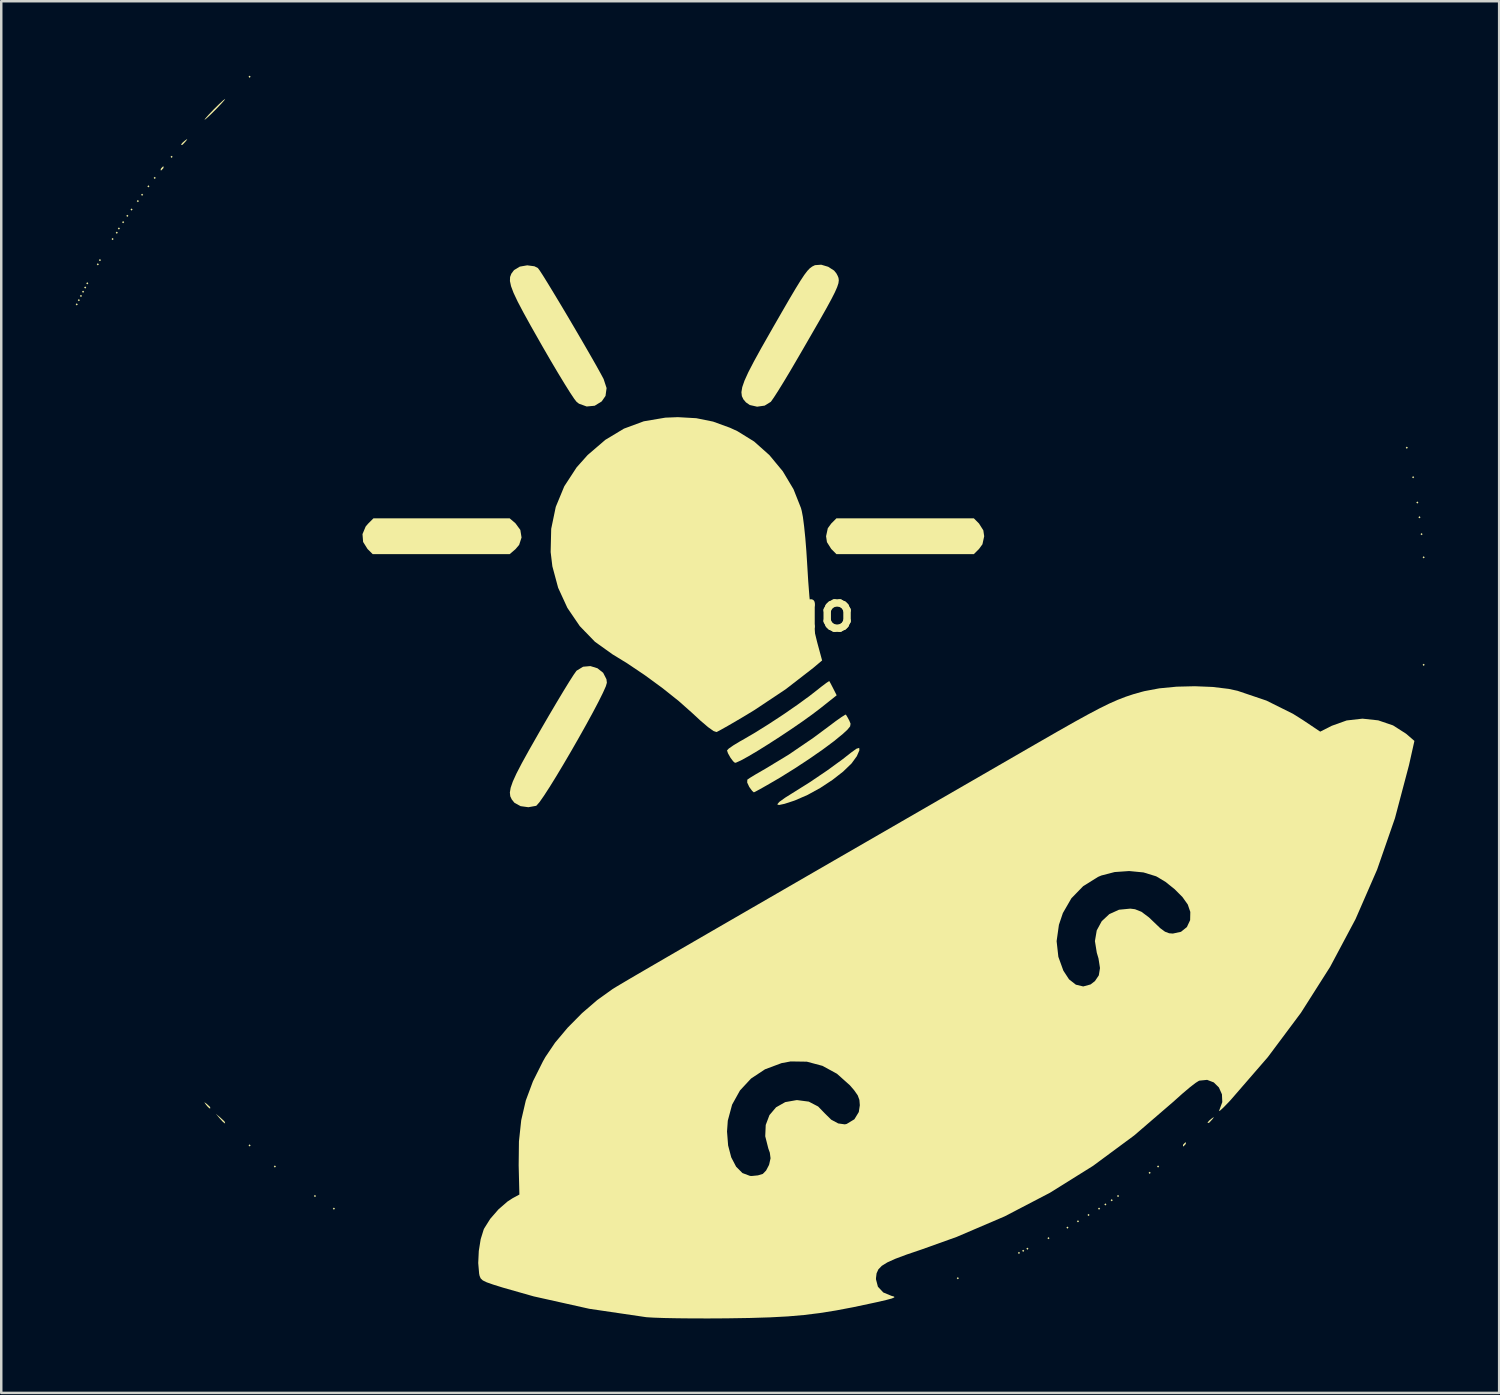
<source format=kicad_pcb>
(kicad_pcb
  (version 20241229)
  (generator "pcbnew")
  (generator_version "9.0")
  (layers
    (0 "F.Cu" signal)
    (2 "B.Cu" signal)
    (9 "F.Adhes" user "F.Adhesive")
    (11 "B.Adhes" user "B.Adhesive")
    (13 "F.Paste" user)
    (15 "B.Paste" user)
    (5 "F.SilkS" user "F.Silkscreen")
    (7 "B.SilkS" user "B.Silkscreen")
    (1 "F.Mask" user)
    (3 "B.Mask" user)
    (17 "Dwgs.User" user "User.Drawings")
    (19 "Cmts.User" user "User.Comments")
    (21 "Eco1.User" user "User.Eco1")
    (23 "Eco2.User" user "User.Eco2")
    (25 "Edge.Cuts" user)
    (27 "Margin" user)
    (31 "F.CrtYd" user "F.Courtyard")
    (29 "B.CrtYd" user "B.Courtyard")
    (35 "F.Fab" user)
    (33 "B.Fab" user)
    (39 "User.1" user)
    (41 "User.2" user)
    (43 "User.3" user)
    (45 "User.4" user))
  (footprint "RSA-logo"
    (layer "F.Cu")
    (at 25.825 21.577)
    (property "Reference" "RSA-logo" (at 0 0 0) (layer "F.SilkS") (effects (font (size 1.524 1.524) (thickness 0.3))))
    (attr board_only exclude_from_pos_files exclude_from_bom)
    (fp_poly (pts (xy -25.74 -12.36) (xy -25.782 -12.318) (xy -25.825 -12.36) (xy -25.782 -12.403)) (stroke (width 0) (type solid)) (fill yes) (layer "F.SilkS"))
    (fp_poly (pts (xy -25.655 -12.53) (xy -25.697 -12.488) (xy -25.74 -12.53) (xy -25.697 -12.573)) (stroke (width 0) (type solid)) (fill yes) (layer "F.SilkS"))
    (fp_poly (pts (xy -25.57 -12.7) (xy -25.612 -12.658) (xy -25.655 -12.7) (xy -25.612 -12.742)) (stroke (width 0) (type solid)) (fill yes) (layer "F.SilkS"))
    (fp_poly (pts (xy -25.485 -12.87) (xy -25.527 -12.827) (xy -25.57 -12.87) (xy -25.527 -12.912)) (stroke (width 0) (type solid)) (fill yes) (layer "F.SilkS"))
    (fp_poly (pts (xy -25.4 -13.04) (xy -25.442 -12.997) (xy -25.485 -13.04) (xy -25.442 -13.082)) (stroke (width 0) (type solid)) (fill yes) (layer "F.SilkS"))
    (fp_poly (pts (xy -25.315 -13.21) (xy -25.358 -13.167) (xy -25.4 -13.21) (xy -25.358 -13.252)) (stroke (width 0) (type solid)) (fill yes) (layer "F.SilkS"))
    (fp_poly (pts (xy -24.89 -13.974) (xy -24.933 -13.932) (xy -24.975 -13.974) (xy -24.933 -14.017)) (stroke (width 0) (type solid)) (fill yes) (layer "F.SilkS"))
    (fp_poly (pts (xy -24.805 -14.144) (xy -24.848 -14.102) (xy -24.89 -14.144) (xy -24.848 -14.187)) (stroke (width 0) (type solid)) (fill yes) (layer "F.SilkS"))
    (fp_poly (pts (xy -24.296 -14.994) (xy -24.338 -14.951) (xy -24.381 -14.994) (xy -24.338 -15.036)) (stroke (width 0) (type solid)) (fill yes) (layer "F.SilkS"))
    (fp_poly (pts (xy -24.126 -15.248) (xy -24.168 -15.206) (xy -24.211 -15.248) (xy -24.168 -15.291)) (stroke (width 0) (type solid)) (fill yes) (layer "F.SilkS"))
    (fp_poly (pts (xy -24.041 -15.418) (xy -24.083 -15.376) (xy -24.126 -15.418) (xy -24.083 -15.461)) (stroke (width 0) (type solid)) (fill yes) (layer "F.SilkS"))
    (fp_poly (pts (xy -23.871 -15.673) (xy -23.913 -15.631) (xy -23.956 -15.673) (xy -23.913 -15.716)) (stroke (width 0) (type solid)) (fill yes) (layer "F.SilkS"))
    (fp_poly (pts (xy -23.701 -15.928) (xy -23.743 -15.886) (xy -23.786 -15.928) (xy -23.743 -15.971)) (stroke (width 0) (type solid)) (fill yes) (layer "F.SilkS"))
    (fp_poly (pts (xy -23.531 -16.183) (xy -23.574 -16.14) (xy -23.616 -16.183) (xy -23.574 -16.225)) (stroke (width 0) (type solid)) (fill yes) (layer "F.SilkS"))
    (fp_poly (pts (xy -23.276 -16.523) (xy -23.319 -16.48) (xy -23.361 -16.523) (xy -23.319 -16.565)) (stroke (width 0) (type solid)) (fill yes) (layer "F.SilkS"))
    (fp_poly (pts (xy -23.106 -16.778) (xy -23.149 -16.735) (xy -23.191 -16.778) (xy -23.149 -16.82)) (stroke (width 0) (type solid)) (fill yes) (layer "F.SilkS"))
    (fp_poly (pts (xy -22.852 -17.117) (xy -22.894 -17.075) (xy -22.936 -17.117) (xy -22.894 -17.16)) (stroke (width 0) (type solid)) (fill yes) (layer "F.SilkS"))
    (fp_poly (pts (xy -22.597 -17.457) (xy -22.639 -17.415) (xy -22.682 -17.457) (xy -22.639 -17.5)) (stroke (width 0) (type solid)) (fill yes) (layer "F.SilkS"))
    (fp_poly (pts (xy -21.917 -18.307) (xy -21.96 -18.264) (xy -22.002 -18.307) (xy -21.96 -18.349)) (stroke (width 0) (type solid)) (fill yes) (layer "F.SilkS"))
    (fp_poly (pts (xy -18.774 -21.535) (xy -18.816 -21.492) (xy -18.859 -21.535) (xy -18.816 -21.577)) (stroke (width 0) (type solid)) (fill yes) (layer "F.SilkS"))
    (fp_poly (pts (xy -18.774 21.535) (xy -18.816 21.577) (xy -18.859 21.535) (xy -18.816 21.492)) (stroke (width 0) (type solid)) (fill yes) (layer "F.SilkS"))
    (fp_poly (pts (xy -17.755 22.384) (xy -17.797 22.427) (xy -17.839 22.384) (xy -17.797 22.342)) (stroke (width 0) (type solid)) (fill yes) (layer "F.SilkS"))
    (fp_poly (pts (xy -16.14 23.574) (xy -16.183 23.616) (xy -16.225 23.574) (xy -16.183 23.531)) (stroke (width 0) (type solid)) (fill yes) (layer "F.SilkS"))
    (fp_poly (pts (xy -15.376 24.083) (xy -15.418 24.126) (xy -15.461 24.083) (xy -15.418 24.041)) (stroke (width 0) (type solid)) (fill yes) (layer "F.SilkS"))
    (fp_poly (pts (xy 9.769 26.887) (xy 9.727 26.929) (xy 9.684 26.887) (xy 9.727 26.844)) (stroke (width 0) (type solid)) (fill yes) (layer "F.SilkS"))
    (fp_poly (pts (xy 12.233 25.867) (xy 12.19 25.91) (xy 12.148 25.867) (xy 12.19 25.825)) (stroke (width 0) (type solid)) (fill yes) (layer "F.SilkS"))
    (fp_poly (pts (xy 12.403 25.782) (xy 12.36 25.825) (xy 12.318 25.782) (xy 12.36 25.74)) (stroke (width 0) (type solid)) (fill yes) (layer "F.SilkS"))
    (fp_poly (pts (xy 12.573 25.697) (xy 12.53 25.74) (xy 12.488 25.697) (xy 12.53 25.655)) (stroke (width 0) (type solid)) (fill yes) (layer "F.SilkS"))
    (fp_poly (pts (xy 13.422 25.273) (xy 13.38 25.315) (xy 13.337 25.273) (xy 13.38 25.23)) (stroke (width 0) (type solid)) (fill yes) (layer "F.SilkS"))
    (fp_poly (pts (xy 14.187 24.848) (xy 14.144 24.89) (xy 14.102 24.848) (xy 14.144 24.805)) (stroke (width 0) (type solid)) (fill yes) (layer "F.SilkS"))
    (fp_poly (pts (xy 14.611 24.593) (xy 14.569 24.635) (xy 14.526 24.593) (xy 14.569 24.551)) (stroke (width 0) (type solid)) (fill yes) (layer "F.SilkS"))
    (fp_poly (pts (xy 15.036 24.338) (xy 14.994 24.381) (xy 14.951 24.338) (xy 14.994 24.296)) (stroke (width 0) (type solid)) (fill yes) (layer "F.SilkS"))
    (fp_poly (pts (xy 15.461 24.083) (xy 15.418 24.126) (xy 15.376 24.083) (xy 15.418 24.041)) (stroke (width 0) (type solid)) (fill yes) (layer "F.SilkS"))
    (fp_poly (pts (xy 15.716 23.913) (xy 15.673 23.956) (xy 15.631 23.913) (xy 15.673 23.871)) (stroke (width 0) (type solid)) (fill yes) (layer "F.SilkS"))
    (fp_poly (pts (xy 15.971 23.743) (xy 15.928 23.786) (xy 15.886 23.743) (xy 15.928 23.701)) (stroke (width 0) (type solid)) (fill yes) (layer "F.SilkS"))
    (fp_poly (pts (xy 16.225 23.574) (xy 16.183 23.616) (xy 16.14 23.574) (xy 16.183 23.531)) (stroke (width 0) (type solid)) (fill yes) (layer "F.SilkS"))
    (fp_poly (pts (xy 17.5 22.639) (xy 17.457 22.682) (xy 17.415 22.639) (xy 17.457 22.597)) (stroke (width 0) (type solid)) (fill yes) (layer "F.SilkS"))
    (fp_poly (pts (xy 17.839 22.384) (xy 17.797 22.427) (xy 17.755 22.384) (xy 17.797 22.342)) (stroke (width 0) (type solid)) (fill yes) (layer "F.SilkS"))
    (fp_poly (pts (xy 27.864 -6.584) (xy 27.821 -6.541) (xy 27.779 -6.584) (xy 27.821 -6.626)) (stroke (width 0) (type solid)) (fill yes) (layer "F.SilkS"))
    (fp_poly (pts (xy 28.118 -5.394) (xy 28.076 -5.352) (xy 28.033 -5.394) (xy 28.076 -5.437)) (stroke (width 0) (type solid)) (fill yes) (layer "F.SilkS"))
    (fp_poly (pts (xy 28.288 -4.375) (xy 28.246 -4.332) (xy 28.203 -4.375) (xy 28.246 -4.417)) (stroke (width 0) (type solid)) (fill yes) (layer "F.SilkS"))
    (fp_poly (pts (xy 28.373 -3.78) (xy 28.331 -3.738) (xy 28.288 -3.78) (xy 28.331 -3.823)) (stroke (width 0) (type solid)) (fill yes) (layer "F.SilkS"))
    (fp_poly (pts (xy 28.458 -3.101) (xy 28.416 -3.058) (xy 28.373 -3.101) (xy 28.416 -3.143)) (stroke (width 0) (type solid)) (fill yes) (layer "F.SilkS"))
    (fp_poly (pts (xy 28.543 -2.166) (xy 28.501 -2.124) (xy 28.458 -2.166) (xy 28.501 -2.209)) (stroke (width 0) (type solid)) (fill yes) (layer "F.SilkS"))
    (fp_poly (pts (xy 28.543 2.166) (xy 28.501 2.209) (xy 28.458 2.166) (xy 28.501 2.124)) (stroke (width 0) (type solid)) (fill yes) (layer "F.SilkS"))
    (fp_poly (pts (xy -19.984 20.422) (xy -19.824 20.573) (xy -19.801 20.639) (xy -19.823 20.643) (xy -19.892 20.586) (xy -20.014 20.452) (xy -20.176 20.261)) (stroke (width 0) (type solid)) (fill yes) (layer "F.SilkS"))
    (fp_poly (pts (xy -22.284 -17.87) (xy -22.299 -17.839) (xy -22.379 -17.758) (xy -22.394 -17.755) (xy -22.4 -17.809) (xy -22.384 -17.839) (xy -22.304 -17.921) (xy -22.289 -17.924)) (stroke (width 0) (type solid)) (fill yes) (layer "F.SilkS"))
    (fp_poly (pts (xy -21.349 -18.984) (xy -21.397 -18.923) (xy -21.521 -18.791) (xy -21.576 -18.791) (xy -21.577 -18.806) (xy -21.519 -18.877) (xy -21.429 -18.955) (xy -21.328 -19.028)) (stroke (width 0) (type solid)) (fill yes) (layer "F.SilkS"))
    (fp_poly (pts (xy -20.598 19.82) (xy -20.537 19.867) (xy -20.405 19.991) (xy -20.405 20.047) (xy -20.42 20.048) (xy -20.491 19.99) (xy -20.569 19.899) (xy -20.642 19.799)) (stroke (width 0) (type solid)) (fill yes) (layer "F.SilkS"))
    (fp_poly (pts (xy 18.917 21.462) (xy 18.901 21.492) (xy 18.821 21.573) (xy 18.806 21.577) (xy 18.801 21.522) (xy 18.816 21.492) (xy 18.896 21.411) (xy 18.911 21.407)) (stroke (width 0) (type solid)) (fill yes) (layer "F.SilkS"))
    (fp_poly (pts (xy 20.022 20.433) (xy 19.974 20.494) (xy 19.85 20.626) (xy 19.795 20.626) (xy 19.793 20.611) (xy 19.851 20.54) (xy 19.942 20.462) (xy 20.043 20.389)) (stroke (width 0) (type solid)) (fill yes) (layer "F.SilkS"))
    (fp_poly (pts (xy -8.1 -3.536) (xy -7.905 -3.27) (xy -7.856 -2.965) (xy -7.953 -2.667) (xy -8.1 -2.495) (xy -8.335 -2.294) (xy -13.855 -2.294) (xy -14.063 -2.502) (xy -14.241 -2.786) (xy -14.266 -3.101) (xy -14.139 -3.406) (xy -14.048 -3.514) (xy -13.824 -3.738) (xy -8.335 -3.738)) (stroke (width 0) (type solid)) (fill yes) (layer "F.SilkS"))
    (fp_poly (pts (xy 10.58 -3.529) (xy 10.754 -3.254) (xy 10.789 -3.016) (xy 10.719 -2.692) (xy 10.58 -2.502) (xy 10.372 -2.294) (xy 4.834 -2.294) (xy 4.626 -2.502) (xy 4.452 -2.778) (xy 4.417 -3.016) (xy 4.487 -3.34) (xy 4.626 -3.529) (xy 4.834 -3.738) (xy 10.372 -3.738)) (stroke (width 0) (type solid)) (fill yes) (layer "F.SilkS"))
    (fp_poly (pts (xy -19.833 -20.588) (xy -19.96 -20.444) (xy -20.155 -20.239) (xy -20.176 -20.218) (xy -20.388 -20.008) (xy -20.553 -19.856) (xy -20.635 -19.794) (xy -20.636 -19.793) (xy -20.603 -19.848) (xy -20.476 -19.993) (xy -20.282 -20.197) (xy -20.261 -20.218) (xy -20.048 -20.428) (xy -19.884 -20.58) (xy -19.801 -20.643) (xy -19.8 -20.643)) (stroke (width 0) (type solid)) (fill yes) (layer "F.SilkS"))
    (fp_poly (pts (xy 5.759 5.612) (xy 5.66 5.84) (xy 5.656 5.849) (xy 5.442 6.143) (xy 5.103 6.47) (xy 4.672 6.806) (xy 4.183 7.128) (xy 3.672 7.409) (xy 3.171 7.627) (xy 3.116 7.647) (xy 2.741 7.769) (xy 2.518 7.816) (xy 2.448 7.79) (xy 2.531 7.691) (xy 2.767 7.521) (xy 3.056 7.34) (xy 3.762 6.897) (xy 4.456 6.428) (xy 5.084 5.971) (xy 5.416 5.71) (xy 5.639 5.548) (xy 5.753 5.514)) (stroke (width 0) (type solid)) (fill yes) (layer "F.SilkS"))
    (fp_poly (pts (xy 4.594 2.906) (xy 4.686 3.082) (xy 4.705 3.12) (xy 4.844 3.394) (xy 4.203 3.904) (xy 3.865 4.161) (xy 3.46 4.452) (xy 3.012 4.76) (xy 2.546 5.07) (xy 2.087 5.366) (xy 1.657 5.634) (xy 1.282 5.856) (xy 0.986 6.019) (xy 0.793 6.106) (xy 0.745 6.116) (xy 0.671 6.053) (xy 0.562 5.907) (xy 0.463 5.73) (xy 0.425 5.617) (xy 0.494 5.542) (xy 0.679 5.413) (xy 0.944 5.253) (xy 1.041 5.199) (xy 1.532 4.913) (xy 2.098 4.56) (xy 2.688 4.173) (xy 3.255 3.782) (xy 3.749 3.422) (xy 3.984 3.239) (xy 4.236 3.04) (xy 4.43 2.894) (xy 4.537 2.825) (xy 4.547 2.823)) (stroke (width 0) (type solid)) (fill yes) (layer "F.SilkS"))
    (fp_poly (pts (xy 5.272 4.264) (xy 5.353 4.414) (xy 5.404 4.54) (xy 5.386 4.647) (xy 5.279 4.779) (xy 5.088 4.955) (xy 4.736 5.243) (xy 4.272 5.588) (xy 3.731 5.963) (xy 3.152 6.344) (xy 2.57 6.706) (xy 2.366 6.826) (xy 2.034 7.018) (xy 1.759 7.174) (xy 1.572 7.275) (xy 1.505 7.306) (xy 1.435 7.243) (xy 1.322 7.09) (xy 1.319 7.084) (xy 1.238 6.91) (xy 1.243 6.796) (xy 1.245 6.793) (xy 1.348 6.722) (xy 1.56 6.592) (xy 1.843 6.428) (xy 1.954 6.365) (xy 2.911 5.785) (xy 3.904 5.108) (xy 4.526 4.646) (xy 4.808 4.434) (xy 5.037 4.273) (xy 5.181 4.182) (xy 5.215 4.172)) (stroke (width 0) (type solid)) (fill yes) (layer "F.SilkS"))
    (fp_poly (pts (xy -7.338 -13.896) (xy -7.199 -13.826) (xy -7.129 -13.733) (xy -6.988 -13.516) (xy -6.789 -13.195) (xy -6.545 -12.793) (xy -6.268 -12.333) (xy -5.972 -11.836) (xy -5.671 -11.324) (xy -5.377 -10.82) (xy -5.103 -10.346) (xy -4.862 -9.924) (xy -4.668 -9.575) (xy -4.549 -9.353) (xy -4.429 -8.988) (xy -4.472 -8.671) (xy -4.626 -8.449) (xy -4.908 -8.275) (xy -5.231 -8.245) (xy -5.541 -8.357) (xy -5.637 -8.431) (xy -5.732 -8.553) (xy -5.898 -8.802) (xy -6.121 -9.158) (xy -6.39 -9.601) (xy -6.691 -10.109) (xy -7.012 -10.664) (xy -7.086 -10.794) (xy -7.475 -11.479) (xy -7.782 -12.035) (xy -8.015 -12.478) (xy -8.179 -12.826) (xy -8.28 -13.095) (xy -8.324 -13.301) (xy -8.318 -13.463) (xy -8.268 -13.596) (xy -8.178 -13.717) (xy -8.152 -13.746) (xy -7.926 -13.882) (xy -7.628 -13.934)) (stroke (width 0) (type solid)) (fill yes) (layer "F.SilkS"))
    (fp_poly (pts (xy -4.798 2.304) (xy -4.567 2.487) (xy -4.434 2.747) (xy -4.417 2.888) (xy -4.459 3.032) (xy -4.577 3.296) (xy -4.757 3.658) (xy -4.988 4.096) (xy -5.257 4.588) (xy -5.551 5.112) (xy -5.857 5.646) (xy -6.163 6.168) (xy -6.456 6.657) (xy -6.724 7.09) (xy -6.954 7.445) (xy -7.133 7.701) (xy -7.25 7.835) (xy -7.27 7.849) (xy -7.581 7.905) (xy -7.894 7.862) (xy -8.135 7.731) (xy -8.152 7.714) (xy -8.249 7.594) (xy -8.31 7.466) (xy -8.327 7.314) (xy -8.295 7.121) (xy -8.208 6.87) (xy -8.06 6.545) (xy -7.844 6.129) (xy -7.554 5.604) (xy -7.184 4.955) (xy -7.075 4.764) (xy -6.749 4.203) (xy -6.442 3.683) (xy -6.166 3.223) (xy -5.934 2.845) (xy -5.757 2.569) (xy -5.649 2.416) (xy -5.634 2.4) (xy -5.376 2.243) (xy -5.082 2.217)) (stroke (width 0) (type solid)) (fill yes) (layer "F.SilkS"))
    (fp_poly (pts (xy 4.501 -13.876) (xy 4.74 -13.723) (xy 4.835 -13.605) (xy 4.884 -13.512) (xy 4.918 -13.426) (xy 4.93 -13.331) (xy 4.915 -13.213) (xy 4.864 -13.057) (xy 4.772 -12.848) (xy 4.632 -12.572) (xy 4.437 -12.214) (xy 4.18 -11.759) (xy 3.854 -11.193) (xy 3.454 -10.501) (xy 3.251 -10.152) (xy 2.974 -9.679) (xy 2.715 -9.247) (xy 2.489 -8.881) (xy 2.312 -8.606) (xy 2.201 -8.448) (xy 2.187 -8.431) (xy 1.942 -8.28) (xy 1.638 -8.237) (xy 1.343 -8.304) (xy 1.189 -8.41) (xy 1.086 -8.531) (xy 1.023 -8.662) (xy 1.005 -8.821) (xy 1.038 -9.023) (xy 1.129 -9.286) (xy 1.283 -9.625) (xy 1.507 -10.057) (xy 1.805 -10.599) (xy 2.185 -11.267) (xy 2.256 -11.392) (xy 2.638 -12.056) (xy 2.947 -12.589) (xy 3.193 -13.004) (xy 3.388 -13.32) (xy 3.54 -13.549) (xy 3.662 -13.71) (xy 3.763 -13.816) (xy 3.855 -13.884) (xy 3.947 -13.93) (xy 3.975 -13.941) (xy 4.221 -13.959)) (stroke (width 0) (type solid)) (fill yes) (layer "F.SilkS"))
    (fp_poly (pts (xy -0.814 -7.773) (xy -0.137 -7.636) (xy 0.545 -7.388) (xy 0.846 -7.249) (xy 1.517 -6.834) (xy 2.134 -6.284) (xy 2.673 -5.633) (xy 3.104 -4.912) (xy 3.404 -4.156) (xy 3.436 -4.038) (xy 3.483 -3.792) (xy 3.532 -3.414) (xy 3.58 -2.944) (xy 3.622 -2.419) (xy 3.651 -1.964) (xy 3.697 -1.209) (xy 3.745 -0.59) (xy 3.8 -0.071) (xy 3.866 0.383) (xy 3.949 0.806) (xy 4.052 1.232) (xy 4.085 1.356) (xy 4.257 1.99) (xy 3.9 2.291) (xy 2.793 3.148) (xy 1.543 3.981) (xy 1.189 4.197) (xy 0.802 4.426) (xy 0.46 4.625) (xy 0.192 4.776) (xy 0.029 4.863) (xy 0 4.875) (xy -0.118 4.835) (xy -0.338 4.678) (xy -0.65 4.412) (xy -0.976 4.11) (xy -1.52 3.627) (xy -2.17 3.109) (xy -2.879 2.59) (xy -3.598 2.106) (xy -4.189 1.744) (xy -4.898 1.237) (xy -5.509 0.606) (xy -6.008 -0.127) (xy -6.381 -0.938) (xy -6.614 -1.804) (xy -6.683 -2.379) (xy -6.661 -3.314) (xy -6.477 -4.199) (xy -6.134 -5.028) (xy -5.635 -5.793) (xy -5.191 -6.29) (xy -4.478 -6.902) (xy -3.73 -7.352) (xy -2.93 -7.648) (xy -2.062 -7.795) (xy -1.556 -7.815)) (stroke (width 0) (type solid)) (fill yes) (layer "F.SilkS"))
    (fp_poly (pts (xy 19.996 3.058) (xy 20.642 3.136) (xy 20.998 3.213) (xy 22.165 3.608) (xy 23.232 4.139) (xy 23.631 4.39) (xy 24.332 4.859) (xy 24.798 4.623) (xy 25.398 4.408) (xy 26.034 4.336) (xy 26.669 4.404) (xy 27.266 4.607) (xy 27.789 4.941) (xy 27.805 4.955) (xy 28.128 5.233) (xy 27.91 6.206) (xy 27.343 8.35) (xy 26.625 10.418) (xy 25.755 12.414) (xy 24.731 14.338) (xy 23.553 16.192) (xy 22.22 17.977) (xy 20.73 19.696) (xy 20.64 19.793) (xy 20.433 20.006) (xy 20.297 20.13) (xy 20.248 20.151) (xy 20.268 20.107) (xy 20.385 19.789) (xy 20.371 19.476) (xy 20.249 19.201) (xy 20.043 18.996) (xy 19.774 18.893) (xy 19.465 18.924) (xy 19.438 18.934) (xy 19.303 19.019) (xy 19.075 19.196) (xy 18.785 19.441) (xy 18.465 19.727) (xy 18.434 19.756) (xy 16.836 21.132) (xy 15.176 22.359) (xy 13.439 23.443) (xy 11.613 24.395) (xy 9.681 25.222) (xy 8.268 25.728) (xy 7.67 25.931) (xy 7.215 26.101) (xy 6.886 26.249) (xy 6.662 26.388) (xy 6.524 26.531) (xy 6.452 26.69) (xy 6.429 26.878) (xy 6.428 26.931) (xy 6.506 27.229) (xy 6.723 27.461) (xy 7.053 27.598) (xy 7.062 27.6) (xy 7.16 27.628) (xy 7.168 27.66) (xy 7.069 27.703) (xy 6.846 27.763) (xy 6.48 27.848) (xy 6.286 27.89) (xy 5.505 28.056) (xy 4.809 28.188) (xy 4.163 28.291) (xy 3.531 28.369) (xy 2.875 28.426) (xy 2.159 28.464) (xy 1.348 28.489) (xy 0.404 28.504) (xy 0.382 28.504) (xy -0.298 28.508) (xy -0.958 28.507) (xy -1.568 28.501) (xy -2.099 28.491) (xy -2.524 28.476) (xy -2.812 28.459) (xy -2.846 28.455) (xy -5.126 28.119) (xy -7.369 27.618) (xy -8.603 27.267) (xy -8.998 27.144) (xy -9.26 27.052) (xy -9.419 26.974) (xy -9.504 26.893) (xy -9.547 26.791) (xy -9.565 26.703) (xy -9.602 26.274) (xy -9.579 25.788) (xy -9.503 25.314) (xy -9.382 24.925) (xy -9.361 24.88) (xy -9.118 24.494) (xy -8.785 24.111) (xy -8.418 23.793) (xy -8.212 23.66) (xy -7.943 23.515) (xy -7.972 22.336) (xy -7.961 21.373) (xy -7.918 20.974) (xy 0.425 20.974) (xy 0.469 21.536) (xy 0.595 22.016) (xy 0.792 22.393) (xy 1.047 22.649) (xy 1.351 22.763) (xy 1.423 22.767) (xy 1.672 22.742) (xy 1.867 22.683) (xy 1.868 22.682) (xy 1.999 22.548) (xy 2.113 22.331) (xy 2.125 22.296) (xy 2.179 22.053) (xy 2.15 21.827) (xy 2.089 21.657) (xy 1.965 21.165) (xy 1.985 20.71) (xy 2.135 20.313) (xy 2.401 19.999) (xy 2.77 19.79) (xy 3.227 19.709) (xy 3.254 19.709) (xy 3.72 19.77) (xy 4.098 19.967) (xy 4.376 20.254) (xy 4.623 20.497) (xy 4.906 20.649) (xy 5.172 20.686) (xy 5.248 20.669) (xy 5.558 20.481) (xy 5.736 20.189) (xy 5.777 19.915) (xy 5.76 19.701) (xy 5.692 19.516) (xy 5.546 19.308) (xy 5.375 19.11) (xy 4.856 18.647) (xy 4.271 18.328) (xy 3.642 18.16) (xy 2.992 18.15) (xy 2.623 18.218) (xy 1.955 18.468) (xy 1.393 18.84) (xy 0.947 19.32) (xy 0.63 19.891) (xy 0.456 20.537) (xy 0.425 20.974) (xy -7.918 20.974) (xy -7.869 20.518) (xy -7.685 19.726) (xy -7.396 18.95) (xy -6.993 18.145) (xy -6.892 17.967) (xy -6.504 17.393) (xy -6 16.793) (xy -5.42 16.206) (xy -4.802 15.673) (xy -4.188 15.234) (xy -4.12 15.191) (xy -4.012 15.126) (xy -3.871 15.042) (xy -3.692 14.936) (xy -3.469 14.804) (xy -3.195 14.644) (xy -2.867 14.453) (xy -2.477 14.226) (xy -2.021 13.961) (xy -1.492 13.654) (xy -0.886 13.303) (xy 13.708 13.303) (xy 13.778 13.934) (xy 13.98 14.492) (xy 14.209 14.842) (xy 14.484 15.057) (xy 14.781 15.128) (xy 15.075 15.048) (xy 15.252 14.913) (xy 15.409 14.68) (xy 15.456 14.386) (xy 15.396 14.001) (xy 15.327 13.768) (xy 15.252 13.3) (xy 15.325 12.869) (xy 15.526 12.499) (xy 15.832 12.213) (xy 16.223 12.036) (xy 16.678 11.992) (xy 16.867 12.016) (xy 17.127 12.119) (xy 17.43 12.346) (xy 17.628 12.535) (xy 17.884 12.78) (xy 18.075 12.921) (xy 18.243 12.985) (xy 18.392 12.997) (xy 18.72 12.926) (xy 18.958 12.735) (xy 19.089 12.456) (xy 19.096 12.124) (xy 18.993 11.825) (xy 18.781 11.527) (xy 18.466 11.21) (xy 18.102 10.918) (xy 17.741 10.701) (xy 17.712 10.687) (xy 17.21 10.533) (xy 16.633 10.477) (xy 16.046 10.518) (xy 15.513 10.656) (xy 15.376 10.714) (xy 14.777 11.088) (xy 14.304 11.575) (xy 13.96 12.171) (xy 13.801 12.644) (xy 13.708 13.303) (xy -0.886 13.303) (xy -0.885 13.302) (xy -0.195 12.903) (xy 0.585 12.452) (xy 1.46 11.946) (xy 2.436 11.382) (xy 3.517 10.757) (xy 4.711 10.067) (xy 6.023 9.31) (xy 7.457 8.482) (xy 9.021 7.579) (xy 10.719 6.599) (xy 12.557 5.537) (xy 12.997 5.284) (xy 13.776 4.836) (xy 14.429 4.466) (xy 14.976 4.165) (xy 15.436 3.922) (xy 15.828 3.729) (xy 16.174 3.576) (xy 16.492 3.453) (xy 16.802 3.35) (xy 17.124 3.259) (xy 17.245 3.227) (xy 17.847 3.114) (xy 18.543 3.047) (xy 19.278 3.029)) (stroke (width 0) (type solid)) (fill yes) (layer "F.SilkS")))
  (gr_rect
    (start -3 -3)
    (end 57.368 53.085)
    (stroke (width 0.1) (type default))
    (fill no)
    (layer "Edge.Cuts")))
</source>
